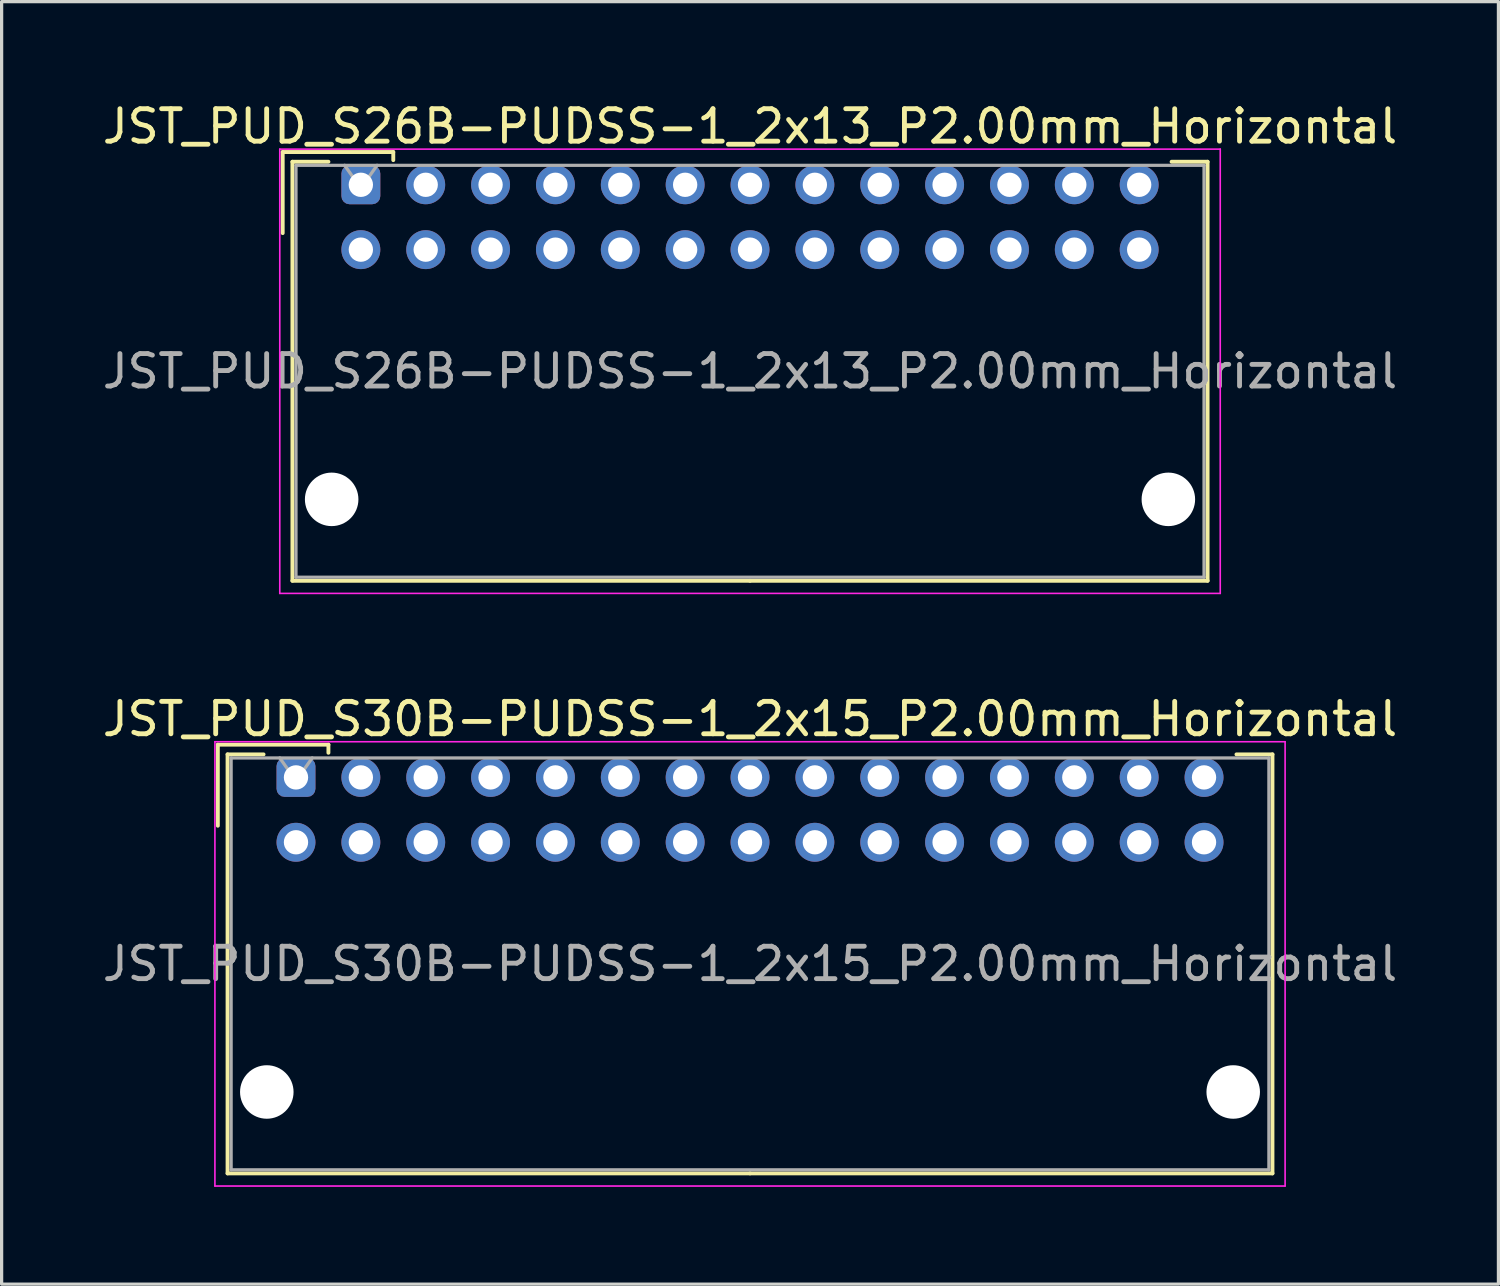
<source format=kicad_pcb>
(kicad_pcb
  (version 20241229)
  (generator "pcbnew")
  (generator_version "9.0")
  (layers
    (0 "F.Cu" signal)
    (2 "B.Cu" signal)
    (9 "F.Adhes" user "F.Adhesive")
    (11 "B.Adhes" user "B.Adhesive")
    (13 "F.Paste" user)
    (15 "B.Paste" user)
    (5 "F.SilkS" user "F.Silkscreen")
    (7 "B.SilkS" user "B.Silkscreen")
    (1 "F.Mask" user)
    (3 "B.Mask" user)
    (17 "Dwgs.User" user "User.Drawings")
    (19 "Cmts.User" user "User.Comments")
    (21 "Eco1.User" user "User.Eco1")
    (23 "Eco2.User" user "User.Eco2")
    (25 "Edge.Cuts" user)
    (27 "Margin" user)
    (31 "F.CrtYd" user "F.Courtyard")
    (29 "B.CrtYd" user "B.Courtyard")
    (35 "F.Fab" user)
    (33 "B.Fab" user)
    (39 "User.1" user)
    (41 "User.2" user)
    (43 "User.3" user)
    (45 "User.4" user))
  (footprint "JST_PUD_S30B-PUDSS-1_2x15_P2.00mm_Horizontal"
    (layer "F.Cu")
    (at 6.077 20.922)
    (property "Reference" "JST_PUD_S30B-PUDSS-1_2x15_P2.00mm_Horizontal" (at 14 -1.8 0) (layer "F.SilkS") (effects (font (size 1 1) (thickness 0.15))))
    (attr through_hole)
    (fp_line (start -2.41 -1.01) (end -2.41 1.49) (stroke (width 0.12) (type solid)) (layer "F.SilkS"))
    (fp_line (start -2.11 -0.71) (end -2.11 12.21) (stroke (width 0.12) (type solid)) (layer "F.SilkS"))
    (fp_line (start -2.11 12.21) (end 14 12.21) (stroke (width 0.12) (type solid)) (layer "F.SilkS"))
    (fp_line (start -1 -0.71) (end -2.11 -0.71) (stroke (width 0.12) (type solid)) (layer "F.SilkS"))
    (fp_line (start 1 -1.01) (end -2.41 -1.01) (stroke (width 0.12) (type solid)) (layer "F.SilkS"))
    (fp_line (start 1 -0.76) (end 1 -1.01) (stroke (width 0.12) (type solid)) (layer "F.SilkS"))
    (fp_line (start 29 -0.71) (end 30.11 -0.71) (stroke (width 0.12) (type solid)) (layer "F.SilkS"))
    (fp_line (start 30.11 -0.71) (end 30.11 12.21) (stroke (width 0.12) (type solid)) (layer "F.SilkS"))
    (fp_line (start 30.11 12.21) (end 14 12.21) (stroke (width 0.12) (type solid)) (layer "F.SilkS"))
    (fp_line (start -2.5 -1.1) (end -2.5 12.6) (stroke (width 0.05) (type solid)) (layer "F.CrtYd"))
    (fp_line (start -2.5 12.6) (end 30.5 12.6) (stroke (width 0.05) (type solid)) (layer "F.CrtYd"))
    (fp_line (start 30.5 -1.1) (end -2.5 -1.1) (stroke (width 0.05) (type solid)) (layer "F.CrtYd"))
    (fp_line (start 30.5 12.6) (end 30.5 -1.1) (stroke (width 0.05) (type solid)) (layer "F.CrtYd"))
    (fp_line (start -2 -0.6) (end -2 12.1) (stroke (width 0.1) (type solid)) (layer "F.Fab"))
    (fp_line (start -2 12.1) (end 30 12.1) (stroke (width 0.1) (type solid)) (layer "F.Fab"))
    (fp_line (start 0 0.107) (end -0.5 -0.6) (stroke (width 0.1) (type solid)) (layer "F.Fab"))
    (fp_line (start 0.5 -0.6) (end 0 0.107) (stroke (width 0.1) (type solid)) (layer "F.Fab"))
    (fp_line (start 30 -0.6) (end -2 -0.6) (stroke (width 0.1) (type solid)) (layer "F.Fab"))
    (fp_line (start 30 12.1) (end 30 -0.6) (stroke (width 0.1) (type solid)) (layer "F.Fab"))
    (fp_text user "${REFERENCE}" (at 14 5.75 0) (layer "F.Fab") (effects (font (size 1 1) (thickness 0.15))))
    (pad "" np_thru_hole circle (at -0.9 9.7) (size 1.65 1.65) (drill 1.65) (layers "*.Cu" "*.Mask"))
    (pad "" np_thru_hole circle (at 28.9 9.7) (size 1.65 1.65) (drill 1.65) (layers "*.Cu" "*.Mask"))
    (pad "1" thru_hole roundrect (at 0 0) (size 1.2 1.2) (drill 0.75) (layers "*.Cu" "*.Mask") (roundrect_rratio 0.208))
    (pad "2" thru_hole circle (at 0 2) (size 1.2 1.2) (drill 0.75) (layers "*.Cu" "*.Mask"))
    (pad "3" thru_hole circle (at 2 0) (size 1.2 1.2) (drill 0.75) (layers "*.Cu" "*.Mask"))
    (pad "4" thru_hole circle (at 2 2) (size 1.2 1.2) (drill 0.75) (layers "*.Cu" "*.Mask"))
    (pad "5" thru_hole circle (at 4 0) (size 1.2 1.2) (drill 0.75) (layers "*.Cu" "*.Mask"))
    (pad "6" thru_hole circle (at 4 2) (size 1.2 1.2) (drill 0.75) (layers "*.Cu" "*.Mask"))
    (pad "7" thru_hole circle (at 6 0) (size 1.2 1.2) (drill 0.75) (layers "*.Cu" "*.Mask"))
    (pad "8" thru_hole circle (at 6 2) (size 1.2 1.2) (drill 0.75) (layers "*.Cu" "*.Mask"))
    (pad "9" thru_hole circle (at 8 0) (size 1.2 1.2) (drill 0.75) (layers "*.Cu" "*.Mask"))
    (pad "10" thru_hole circle (at 8 2) (size 1.2 1.2) (drill 0.75) (layers "*.Cu" "*.Mask"))
    (pad "11" thru_hole circle (at 10 0) (size 1.2 1.2) (drill 0.75) (layers "*.Cu" "*.Mask"))
    (pad "12" thru_hole circle (at 10 2) (size 1.2 1.2) (drill 0.75) (layers "*.Cu" "*.Mask"))
    (pad "13" thru_hole circle (at 12 0) (size 1.2 1.2) (drill 0.75) (layers "*.Cu" "*.Mask"))
    (pad "14" thru_hole circle (at 12 2) (size 1.2 1.2) (drill 0.75) (layers "*.Cu" "*.Mask"))
    (pad "15" thru_hole circle (at 14 0) (size 1.2 1.2) (drill 0.75) (layers "*.Cu" "*.Mask"))
    (pad "16" thru_hole circle (at 14 2) (size 1.2 1.2) (drill 0.75) (layers "*.Cu" "*.Mask"))
    (pad "17" thru_hole circle (at 16 0) (size 1.2 1.2) (drill 0.75) (layers "*.Cu" "*.Mask"))
    (pad "18" thru_hole circle (at 16 2) (size 1.2 1.2) (drill 0.75) (layers "*.Cu" "*.Mask"))
    (pad "19" thru_hole circle (at 18 0) (size 1.2 1.2) (drill 0.75) (layers "*.Cu" "*.Mask"))
    (pad "20" thru_hole circle (at 18 2) (size 1.2 1.2) (drill 0.75) (layers "*.Cu" "*.Mask"))
    (pad "21" thru_hole circle (at 20 0) (size 1.2 1.2) (drill 0.75) (layers "*.Cu" "*.Mask"))
    (pad "22" thru_hole circle (at 20 2) (size 1.2 1.2) (drill 0.75) (layers "*.Cu" "*.Mask"))
    (pad "23" thru_hole circle (at 22 0) (size 1.2 1.2) (drill 0.75) (layers "*.Cu" "*.Mask"))
    (pad "24" thru_hole circle (at 22 2) (size 1.2 1.2) (drill 0.75) (layers "*.Cu" "*.Mask"))
    (pad "25" thru_hole circle (at 24 0) (size 1.2 1.2) (drill 0.75) (layers "*.Cu" "*.Mask"))
    (pad "26" thru_hole circle (at 24 2) (size 1.2 1.2) (drill 0.75) (layers "*.Cu" "*.Mask"))
    (pad "27" thru_hole circle (at 26 0) (size 1.2 1.2) (drill 0.75) (layers "*.Cu" "*.Mask"))
    (pad "28" thru_hole circle (at 26 2) (size 1.2 1.2) (drill 0.75) (layers "*.Cu" "*.Mask"))
    (pad "29" thru_hole circle (at 28 0) (size 1.2 1.2) (drill 0.75) (layers "*.Cu" "*.Mask"))
    (pad "30" thru_hole circle (at 28 2) (size 1.2 1.2) (drill 0.75) (layers "*.Cu" "*.Mask")))
  (footprint "JST_PUD_S26B-PUDSS-1_2x13_P2.00mm_Horizontal"
    (layer "F.Cu")
    (at 8.077 2.648)
    (property "Reference" "JST_PUD_S26B-PUDSS-1_2x13_P2.00mm_Horizontal" (at 12 -1.8 0) (layer "F.SilkS") (effects (font (size 1 1) (thickness 0.15))))
    (attr through_hole)
    (fp_line (start -2.41 -1.01) (end -2.41 1.49) (stroke (width 0.12) (type solid)) (layer "F.SilkS"))
    (fp_line (start -2.11 -0.71) (end -2.11 12.21) (stroke (width 0.12) (type solid)) (layer "F.SilkS"))
    (fp_line (start -2.11 12.21) (end 12 12.21) (stroke (width 0.12) (type solid)) (layer "F.SilkS"))
    (fp_line (start -1 -0.71) (end -2.11 -0.71) (stroke (width 0.12) (type solid)) (layer "F.SilkS"))
    (fp_line (start 1 -1.01) (end -2.41 -1.01) (stroke (width 0.12) (type solid)) (layer "F.SilkS"))
    (fp_line (start 1 -0.76) (end 1 -1.01) (stroke (width 0.12) (type solid)) (layer "F.SilkS"))
    (fp_line (start 25 -0.71) (end 26.11 -0.71) (stroke (width 0.12) (type solid)) (layer "F.SilkS"))
    (fp_line (start 26.11 -0.71) (end 26.11 12.21) (stroke (width 0.12) (type solid)) (layer "F.SilkS"))
    (fp_line (start 26.11 12.21) (end 12 12.21) (stroke (width 0.12) (type solid)) (layer "F.SilkS"))
    (fp_line (start -2.5 -1.1) (end -2.5 12.6) (stroke (width 0.05) (type solid)) (layer "F.CrtYd"))
    (fp_line (start -2.5 12.6) (end 26.5 12.6) (stroke (width 0.05) (type solid)) (layer "F.CrtYd"))
    (fp_line (start 26.5 -1.1) (end -2.5 -1.1) (stroke (width 0.05) (type solid)) (layer "F.CrtYd"))
    (fp_line (start 26.5 12.6) (end 26.5 -1.1) (stroke (width 0.05) (type solid)) (layer "F.CrtYd"))
    (fp_line (start -2 -0.6) (end -2 12.1) (stroke (width 0.1) (type solid)) (layer "F.Fab"))
    (fp_line (start -2 12.1) (end 26 12.1) (stroke (width 0.1) (type solid)) (layer "F.Fab"))
    (fp_line (start 0 0.107) (end -0.5 -0.6) (stroke (width 0.1) (type solid)) (layer "F.Fab"))
    (fp_line (start 0.5 -0.6) (end 0 0.107) (stroke (width 0.1) (type solid)) (layer "F.Fab"))
    (fp_line (start 26 -0.6) (end -2 -0.6) (stroke (width 0.1) (type solid)) (layer "F.Fab"))
    (fp_line (start 26 12.1) (end 26 -0.6) (stroke (width 0.1) (type solid)) (layer "F.Fab"))
    (fp_text user "${REFERENCE}" (at 12 5.75 0) (layer "F.Fab") (effects (font (size 1 1) (thickness 0.15))))
    (pad "" np_thru_hole circle (at -0.9 9.7) (size 1.65 1.65) (drill 1.65) (layers "*.Cu" "*.Mask"))
    (pad "" np_thru_hole circle (at 24.9 9.7) (size 1.65 1.65) (drill 1.65) (layers "*.Cu" "*.Mask"))
    (pad "1" thru_hole roundrect (at 0 0) (size 1.2 1.2) (drill 0.75) (layers "*.Cu" "*.Mask") (roundrect_rratio 0.208))
    (pad "2" thru_hole circle (at 0 2) (size 1.2 1.2) (drill 0.75) (layers "*.Cu" "*.Mask"))
    (pad "3" thru_hole circle (at 2 0) (size 1.2 1.2) (drill 0.75) (layers "*.Cu" "*.Mask"))
    (pad "4" thru_hole circle (at 2 2) (size 1.2 1.2) (drill 0.75) (layers "*.Cu" "*.Mask"))
    (pad "5" thru_hole circle (at 4 0) (size 1.2 1.2) (drill 0.75) (layers "*.Cu" "*.Mask"))
    (pad "6" thru_hole circle (at 4 2) (size 1.2 1.2) (drill 0.75) (layers "*.Cu" "*.Mask"))
    (pad "7" thru_hole circle (at 6 0) (size 1.2 1.2) (drill 0.75) (layers "*.Cu" "*.Mask"))
    (pad "8" thru_hole circle (at 6 2) (size 1.2 1.2) (drill 0.75) (layers "*.Cu" "*.Mask"))
    (pad "9" thru_hole circle (at 8 0) (size 1.2 1.2) (drill 0.75) (layers "*.Cu" "*.Mask"))
    (pad "10" thru_hole circle (at 8 2) (size 1.2 1.2) (drill 0.75) (layers "*.Cu" "*.Mask"))
    (pad "11" thru_hole circle (at 10 0) (size 1.2 1.2) (drill 0.75) (layers "*.Cu" "*.Mask"))
    (pad "12" thru_hole circle (at 10 2) (size 1.2 1.2) (drill 0.75) (layers "*.Cu" "*.Mask"))
    (pad "13" thru_hole circle (at 12 0) (size 1.2 1.2) (drill 0.75) (layers "*.Cu" "*.Mask"))
    (pad "14" thru_hole circle (at 12 2) (size 1.2 1.2) (drill 0.75) (layers "*.Cu" "*.Mask"))
    (pad "15" thru_hole circle (at 14 0) (size 1.2 1.2) (drill 0.75) (layers "*.Cu" "*.Mask"))
    (pad "16" thru_hole circle (at 14 2) (size 1.2 1.2) (drill 0.75) (layers "*.Cu" "*.Mask"))
    (pad "17" thru_hole circle (at 16 0) (size 1.2 1.2) (drill 0.75) (layers "*.Cu" "*.Mask"))
    (pad "18" thru_hole circle (at 16 2) (size 1.2 1.2) (drill 0.75) (layers "*.Cu" "*.Mask"))
    (pad "19" thru_hole circle (at 18 0) (size 1.2 1.2) (drill 0.75) (layers "*.Cu" "*.Mask"))
    (pad "20" thru_hole circle (at 18 2) (size 1.2 1.2) (drill 0.75) (layers "*.Cu" "*.Mask"))
    (pad "21" thru_hole circle (at 20 0) (size 1.2 1.2) (drill 0.75) (layers "*.Cu" "*.Mask"))
    (pad "22" thru_hole circle (at 20 2) (size 1.2 1.2) (drill 0.75) (layers "*.Cu" "*.Mask"))
    (pad "23" thru_hole circle (at 22 0) (size 1.2 1.2) (drill 0.75) (layers "*.Cu" "*.Mask"))
    (pad "24" thru_hole circle (at 22 2) (size 1.2 1.2) (drill 0.75) (layers "*.Cu" "*.Mask"))
    (pad "25" thru_hole circle (at 24 0) (size 1.2 1.2) (drill 0.75) (layers "*.Cu" "*.Mask"))
    (pad "26" thru_hole circle (at 24 2) (size 1.2 1.2) (drill 0.75) (layers "*.Cu" "*.Mask")))
  (gr_rect
    (start -3 -3)
    (end 43.155 36.547)
    (stroke (width 0.1) (type default))
    (fill no)
    (layer "Edge.Cuts")))
</source>
